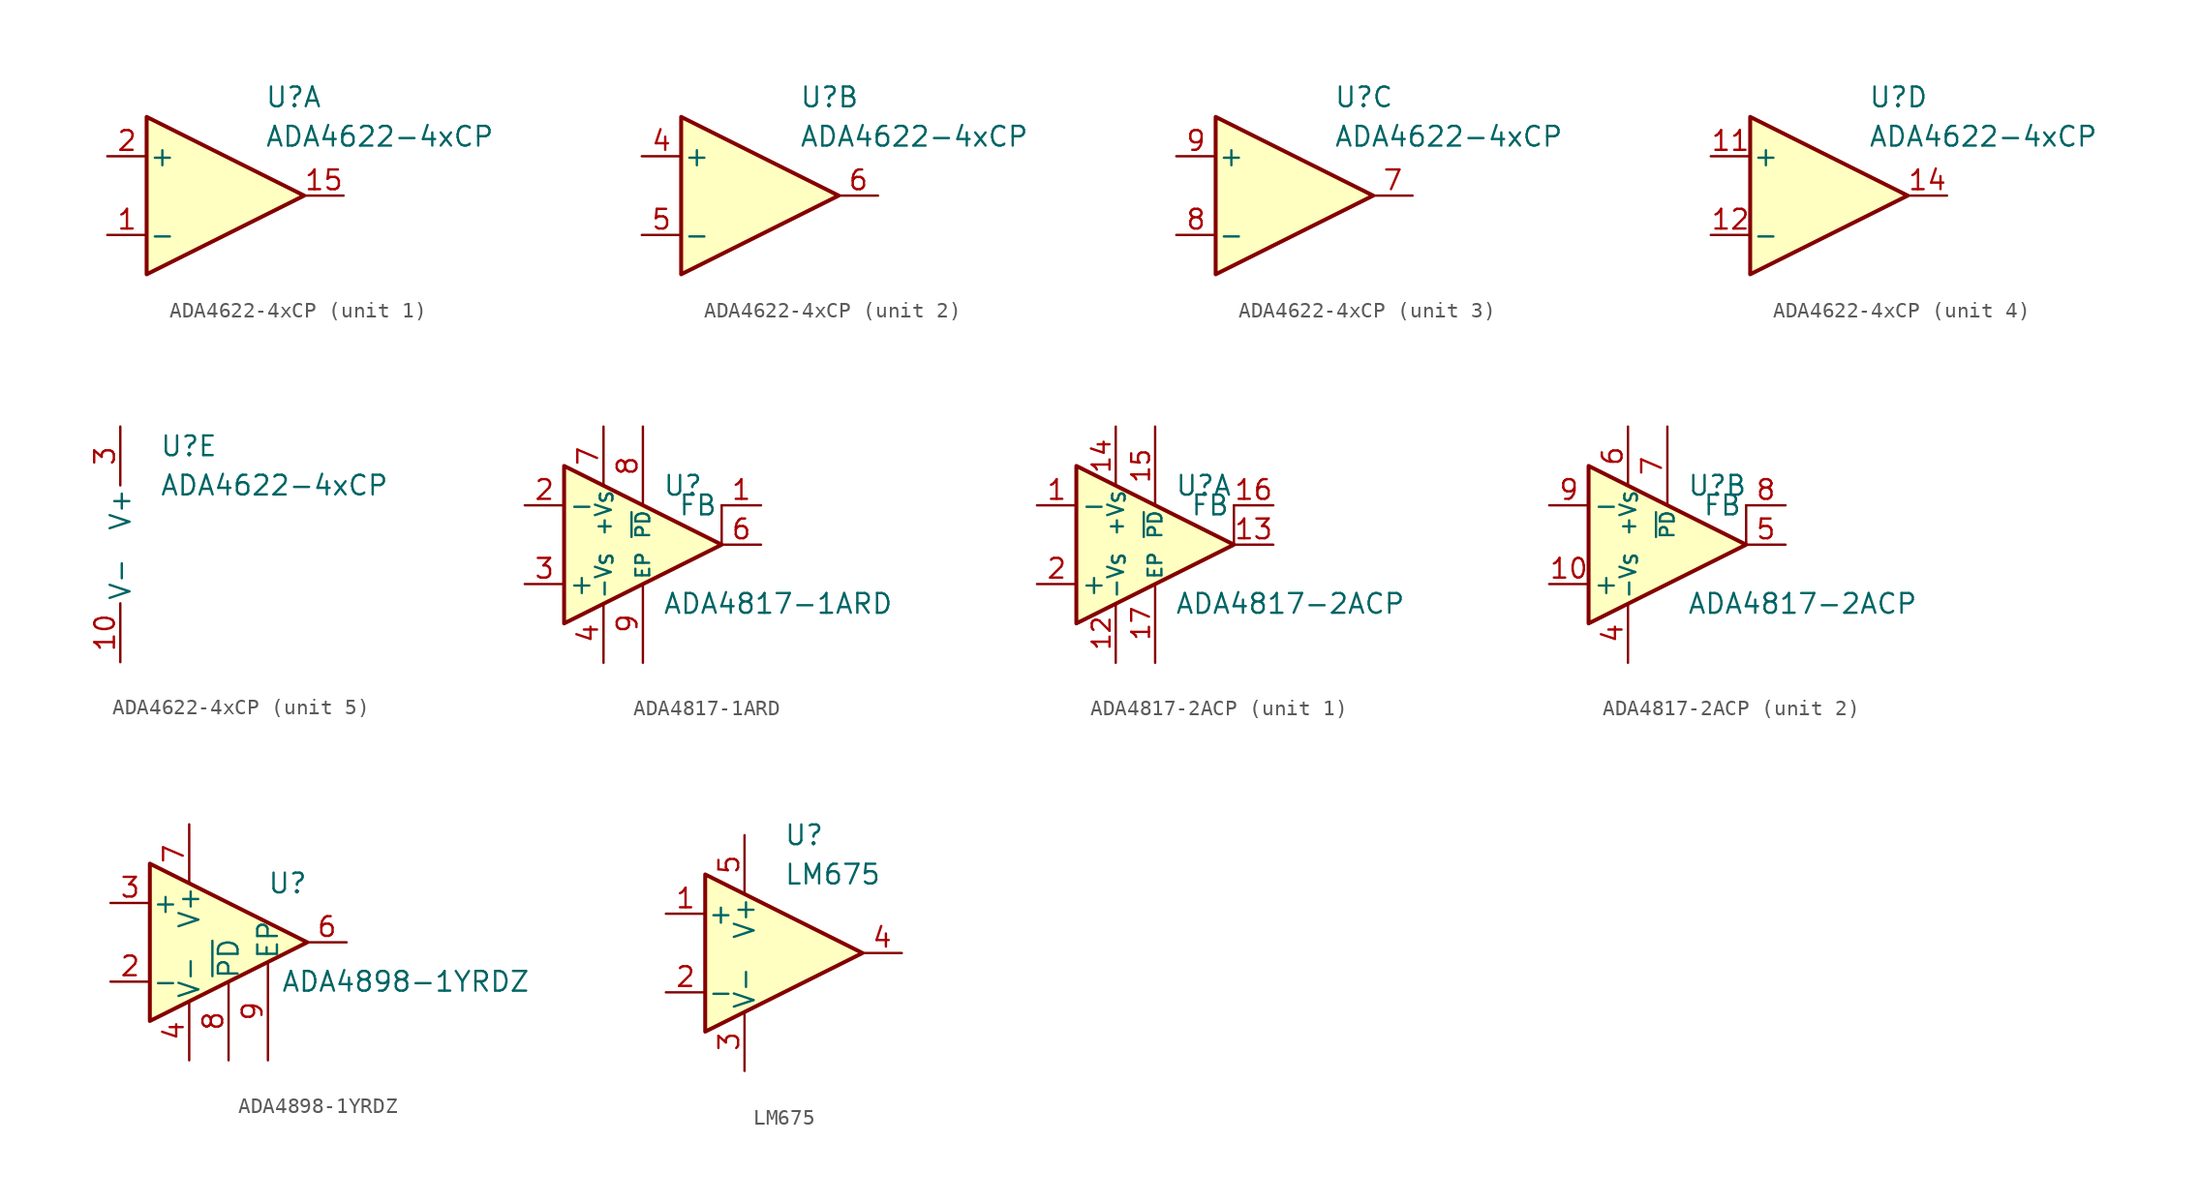
<source format=kicad_sym>
(kicad_symbol_lib
  (version 20241209)
  (generator "kicad_symbol_editor")
  (generator_version "9.0")
  (symbol "ADA4622-4xCP"
    (pin_names
      (offset 0.127))
    (property "Reference" "U"
      (at 2.54 6.35 0)
      (effects (font (size 1.27 1.27)) (justify left)))
    (property "Value" "ADA4622-4xCP"
      (at 2.54 3.81 0)
      (effects (font (size 1.27 1.27)) (justify left)))
    (property "ki_locked" ""
      (at 0 0 0)
      (effects (font (size 1.27 1.27))))
    (symbol "ADA4622-4xCP_1_1"
      (polyline (pts (xy 5.08 0) (xy -5.08 5.08) (xy -5.08 -5.08) (xy 5.08 0)) (stroke (width 0.254) (type default)) (fill (type background)))
      (pin input line (at -7.62 2.54 0) (length 2.54) (name "+" (effects (font (size 1.27 1.27)))) (number "2" (effects (font (size 1.27 1.27)))))
      (pin input line (at -7.62 -2.54 0) (length 2.54) (name "-" (effects (font (size 1.27 1.27)))) (number "1" (effects (font (size 1.27 1.27)))))
      (pin output line (at 7.62 0 180) (length 2.54) (name "~" (effects (font (size 1.27 1.27)))) (number "15" (effects (font (size 1.27 1.27))))))
    (symbol "ADA4622-4xCP_2_1"
      (polyline (pts (xy -5.08 5.08) (xy -5.08 -5.08) (xy 5.08 0) (xy -5.08 5.08)) (stroke (width 0.254) (type default)) (fill (type background)))
      (pin input line (at -7.62 2.54 0) (length 2.54) (name "+" (effects (font (size 1.27 1.27)))) (number "4" (effects (font (size 1.27 1.27)))))
      (pin input line (at -7.62 -2.54 0) (length 2.54) (name "-" (effects (font (size 1.27 1.27)))) (number "5" (effects (font (size 1.27 1.27)))))
      (pin output line (at 7.62 0 180) (length 2.54) (name "~" (effects (font (size 1.27 1.27)))) (number "6" (effects (font (size 1.27 1.27))))))
    (symbol "ADA4622-4xCP_3_1"
      (polyline (pts (xy 5.08 0) (xy -5.08 5.08) (xy -5.08 -5.08) (xy 5.08 0)) (stroke (width 0.254) (type default)) (fill (type background)))
      (pin input line (at -7.62 2.54 0) (length 2.54) (name "+" (effects (font (size 1.27 1.27)))) (number "9" (effects (font (size 1.27 1.27)))))
      (pin input line (at -7.62 -2.54 0) (length 2.54) (name "-" (effects (font (size 1.27 1.27)))) (number "8" (effects (font (size 1.27 1.27)))))
      (pin output line (at 7.62 0 180) (length 2.54) (name "~" (effects (font (size 1.27 1.27)))) (number "7" (effects (font (size 1.27 1.27))))))
    (symbol "ADA4622-4xCP_4_1"
      (polyline (pts (xy -5.08 5.08) (xy 5.08 0) (xy -5.08 -5.08) (xy -5.08 5.08)) (stroke (width 0.254) (type default)) (fill (type background)))
      (pin input line (at -7.62 2.54 0) (length 2.54) (name "+" (effects (font (size 1.27 1.27)))) (number "11" (effects (font (size 1.27 1.27)))))
      (pin input line (at -7.62 -2.54 0) (length 2.54) (name "-" (effects (font (size 1.27 1.27)))) (number "12" (effects (font (size 1.27 1.27)))))
      (pin output line (at 7.62 0 180) (length 2.54) (name "~" (effects (font (size 1.27 1.27)))) (number "14" (effects (font (size 1.27 1.27))))))
    (symbol "ADA4622-4xCP_5_1"
      (pin passive line (at 0 7.62 270) (length 3.81) (hide yes) (name "V+" (effects (font (size 1.27 1.27)))) (number "17" (effects (font (size 1.27 1.27)))))
      (pin power_in line (at 0 7.62 270) (length 3.81) (name "V+" (effects (font (size 1.27 1.27)))) (number "3" (effects (font (size 1.27 1.27)))))
      (pin power_in line (at 0 -7.62 90) (length 3.81) (name "V-" (effects (font (size 1.27 1.27)))) (number "10" (effects (font (size 1.27 1.27)))))
      (pin free line (at 2.54 2.54 180) (length 3.81) (hide yes) (name "NIC" (effects (font (size 1.27 1.27)))) (number "16" (effects (font (size 1.27 1.27)))))
      (pin free line (at 2.54 0 180) (length 3.81) (hide yes) (name "NIC" (effects (font (size 1.27 1.27)))) (number "13" (effects (font (size 1.27 1.27)))))))
  (symbol "ADA4817-1ARD"
    (pin_names
      (offset 0.254))
    (property "Reference" "U"
      (at 1.27 3.81 0)
      (effects (font (size 1.27 1.27)) (justify left)))
    (property "Value" "ADA4817-1ARD"
      (at 1.27 -3.81 0)
      (effects (font (size 1.27 1.27)) (justify left)))
    (symbol "ADA4817-1ARD_0_1"
      (polyline (pts (xy -5.08 5.08) (xy 5.08 0) (xy -5.08 -5.08) (xy -5.08 5.08)) (stroke (width 0.254) (type default)) (fill (type background)))
      (polyline (pts (xy 5.08 0) (xy 5.08 2.54)) (stroke (width 0) (type default)) (fill (type none))))
    (symbol "ADA4817-1ARD_1_0"
      (pin no_connect line (at -5.08 0 0) (length 2.54) (hide yes) (name "" (effects (font (size 1.27 1.27)))) (number "5" (effects (font (size 1.27 1.27)))))
      (pin power_in line (at 0 -7.62 90) (length 5.08) (name "EP" (effects (font (size 0.889 0.889)))) (number "9" (effects (font (size 1.27 1.27)))))
      (pin output line (at 7.62 2.54 180) (length 2.54) (name "FB" (effects (font (size 1.27 1.27)))) (number "1" (effects (font (size 1.27 1.27))))))
    (symbol "ADA4817-1ARD_1_1"
      (pin input line (at -7.62 2.54 0) (length 2.54) (name "-" (effects (font (size 1.27 1.27)))) (number "2" (effects (font (size 1.27 1.27)))))
      (pin input line (at -7.62 -2.54 0) (length 2.54) (name "+" (effects (font (size 1.27 1.27)))) (number "3" (effects (font (size 1.27 1.27)))))
      (pin power_in line (at -2.54 7.62 270) (length 3.81) (name "+V_{S}" (effects (font (size 1.016 1.016)))) (number "7" (effects (font (size 1.27 1.27)))))
      (pin power_in line (at -2.54 -7.62 90) (length 3.81) (name "-V_{S}" (effects (font (size 1.016 1.016)))) (number "4" (effects (font (size 1.27 1.27)))))
      (pin input line (at 0 7.62 270) (length 5.08) (name "~{PD}" (effects (font (size 0.889 0.889)))) (number "8" (effects (font (size 1.27 1.27)))))
      (pin output line (at 7.62 0 180) (length 2.54) (name "~" (effects (font (size 1.27 1.27)))) (number "6" (effects (font (size 1.27 1.27)))))))
  (symbol "ADA4817-2ACP"
    (pin_names
      (offset 0.254))
    (property "Reference" "U"
      (at 1.27 3.81 0)
      (effects (font (size 1.27 1.27)) (justify left)))
    (property "Value" "ADA4817-2ACP"
      (at 1.27 -3.81 0)
      (effects (font (size 1.27 1.27)) (justify left)))
    (property "ki_locked" ""
      (at 0 0 0)
      (effects (font (size 1.27 1.27))))
    (symbol "ADA4817-2ACP_1_0"
      (pin no_connect line (at -5.08 0 0) (length 2.54) (hide yes) (name "" (effects (font (size 1.27 1.27)))) (number "11" (effects (font (size 1.27 1.27)))))
      (pin power_in line (at 0 -7.62 90) (length 5.08) (name "EP" (effects (font (size 0.889 0.889)))) (number "17" (effects (font (size 1.143 1.143)))))
      (pin output line (at 7.62 2.54 180) (length 2.54) (name "FB" (effects (font (size 1.27 1.27)))) (number "16" (effects (font (size 1.27 1.27))))))
    (symbol "ADA4817-2ACP_1_1"
      (polyline (pts (xy -5.08 5.08) (xy 5.08 0) (xy -5.08 -5.08) (xy -5.08 5.08)) (stroke (width 0.254) (type default)) (fill (type background)))
      (polyline (pts (xy 5.08 0) (xy 5.08 2.54)) (stroke (width 0) (type default)) (fill (type none)))
      (pin input line (at -7.62 2.54 0) (length 2.54) (name "-" (effects (font (size 1.27 1.27)))) (number "1" (effects (font (size 1.27 1.27)))))
      (pin input line (at -7.62 -2.54 0) (length 2.54) (name "+" (effects (font (size 1.27 1.27)))) (number "2" (effects (font (size 1.27 1.27)))))
      (pin power_in line (at -2.54 7.62 270) (length 3.81) (name "+V_{S}" (effects (font (size 1.016 1.016)))) (number "14" (effects (font (size 1.143 1.143)))))
      (pin power_in line (at -2.54 -7.62 90) (length 3.81) (name "-V_{S}" (effects (font (size 1.016 1.016)))) (number "12" (effects (font (size 1.143 1.143)))))
      (pin input line (at 0 7.62 270) (length 5.08) (name "~{PD}" (effects (font (size 0.889 0.889)))) (number "15" (effects (font (size 1.143 1.143)))))
      (pin output line (at 7.62 0 180) (length 2.54) (name "~" (effects (font (size 1.27 1.27)))) (number "13" (effects (font (size 1.27 1.27))))))
    (symbol "ADA4817-2ACP_2_0"
      (pin no_connect line (at -5.08 0 0) (length 2.54) (hide yes) (name "" (effects (font (size 1.27 1.27)))) (number "3" (effects (font (size 1.27 1.27)))))
      (pin output line (at 7.62 2.54 180) (length 2.54) (name "FB" (effects (font (size 1.27 1.27)))) (number "8" (effects (font (size 1.27 1.27))))))
    (symbol "ADA4817-2ACP_2_1"
      (polyline (pts (xy -5.08 5.08) (xy 5.08 0) (xy -5.08 -5.08) (xy -5.08 5.08)) (stroke (width 0.254) (type default)) (fill (type background)))
      (polyline (pts (xy 5.08 0) (xy 5.08 2.54)) (stroke (width 0) (type default)) (fill (type none)))
      (pin input line (at -7.62 2.54 0) (length 2.54) (name "-" (effects (font (size 1.27 1.27)))) (number "9" (effects (font (size 1.27 1.27)))))
      (pin input line (at -7.62 -2.54 0) (length 2.54) (name "+" (effects (font (size 1.27 1.27)))) (number "10" (effects (font (size 1.27 1.27)))))
      (pin power_in line (at -2.54 7.62 270) (length 3.81) (name "+V_{S}" (effects (font (size 1.016 1.016)))) (number "6" (effects (font (size 1.27 1.27)))))
      (pin power_in line (at -2.54 -7.62 90) (length 3.81) (name "-V_{S}" (effects (font (size 1.016 1.016)))) (number "4" (effects (font (size 1.27 1.27)))))
      (pin input line (at 0 7.62 270) (length 5.08) (name "~{PD}" (effects (font (size 0.889 0.889)))) (number "7" (effects (font (size 1.27 1.27)))))
      (pin output line (at 7.62 0 180) (length 2.54) (name "~" (effects (font (size 1.27 1.27)))) (number "5" (effects (font (size 1.27 1.27)))))))
  (symbol "ADA4898-1YRDZ"
    (pin_names
      (offset 0.127))
    (property "Reference" "U"
      (at 3.81 3.81 0)
      (effects (font (size 1.27 1.27))))
    (property "Value" "ADA4898-1YRDZ"
      (at 11.43 -2.54 0)
      (effects (font (size 1.27 1.27))))
    (symbol "ADA4898-1YRDZ_1_1"
      (polyline (pts (xy -5.08 5.08) (xy 5.08 0) (xy -5.08 -5.08) (xy -5.08 5.08)) (stroke (width 0.254) (type default)) (fill (type background)))
      (pin input line (at -7.62 2.54 0) (length 2.54) (name "+" (effects (font (size 1.27 1.27)))) (number "3" (effects (font (size 1.27 1.27)))))
      (pin input line (at -7.62 -2.54 0) (length 2.54) (name "-" (effects (font (size 1.27 1.27)))) (number "2" (effects (font (size 1.27 1.27)))))
      (pin power_in line (at -2.54 7.62 270) (length 3.81) (name "V+" (effects (font (size 1.27 1.27)))) (number "7" (effects (font (size 1.27 1.27)))))
      (pin power_in line (at -2.54 -7.62 90) (length 3.81) (name "V-" (effects (font (size 1.27 1.27)))) (number "4" (effects (font (size 1.27 1.27)))))
      (pin input line (at 0 -7.62 90) (length 5.08) (name "~{PD}" (effects (font (size 1.27 1.27)))) (number "8" (effects (font (size 1.27 1.27)))))
      (pin passive line (at 2.54 -7.62 90) (length 6.35) (name "EP" (effects (font (size 1.27 1.27)))) (number "9" (effects (font (size 1.27 1.27)))))
      (pin output line (at 7.62 0 180) (length 2.54) (name "~" (effects (font (size 1.27 1.27)))) (number "6" (effects (font (size 1.27 1.27)))))))
  (symbol "LM675"
    (pin_names
      (offset 0.127))
    (property "Reference" "U"
      (at 0 7.62 0)
      (effects (font (size 1.27 1.27)) (justify left)))
    (property "Value" "LM675"
      (at 0 5.08 0)
      (effects (font (size 1.27 1.27)) (justify left)))
    (symbol "LM675_0_1"
      (polyline (pts (xy -5.08 5.08) (xy 5.08 0) (xy -5.08 -5.08) (xy -5.08 5.08)) (stroke (width 0.254) (type default)) (fill (type background))))
    (symbol "LM675_1_1"
      (pin input line (at -7.62 2.54 0) (length 2.54) (name "+" (effects (font (size 1.27 1.27)))) (number "1" (effects (font (size 1.27 1.27)))))
      (pin input line (at -7.62 -2.54 0) (length 2.54) (name "-" (effects (font (size 1.27 1.27)))) (number "2" (effects (font (size 1.27 1.27)))))
      (pin power_in line (at -2.54 7.62 270) (length 3.81) (name "V+" (effects (font (size 1.27 1.27)))) (number "5" (effects (font (size 1.27 1.27)))))
      (pin power_in line (at -2.54 -7.62 90) (length 3.81) (name "V-" (effects (font (size 1.27 1.27)))) (number "3" (effects (font (size 1.27 1.27)))))
      (pin output line (at 7.62 0 180) (length 2.54) (name "~" (effects (font (size 1.27 1.27)))) (number "4" (effects (font (size 1.27 1.27))))))))
</source>
